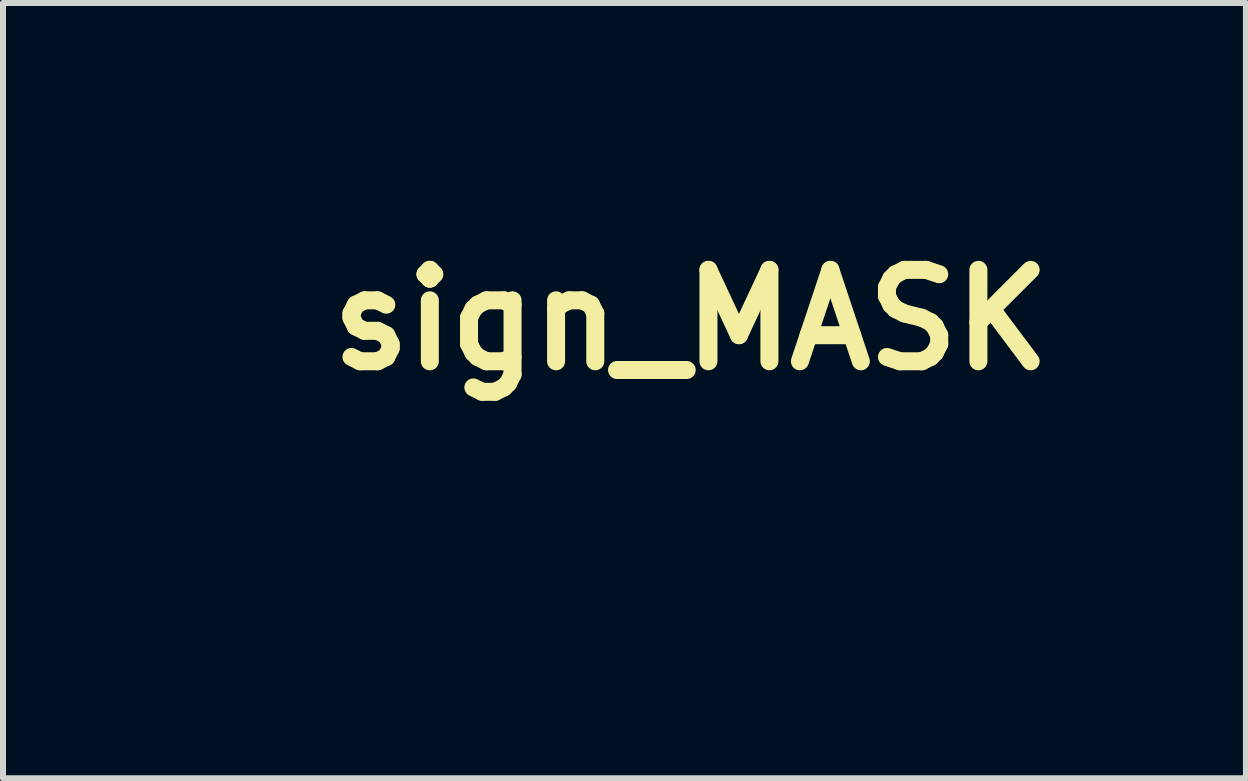
<source format=kicad_pcb>
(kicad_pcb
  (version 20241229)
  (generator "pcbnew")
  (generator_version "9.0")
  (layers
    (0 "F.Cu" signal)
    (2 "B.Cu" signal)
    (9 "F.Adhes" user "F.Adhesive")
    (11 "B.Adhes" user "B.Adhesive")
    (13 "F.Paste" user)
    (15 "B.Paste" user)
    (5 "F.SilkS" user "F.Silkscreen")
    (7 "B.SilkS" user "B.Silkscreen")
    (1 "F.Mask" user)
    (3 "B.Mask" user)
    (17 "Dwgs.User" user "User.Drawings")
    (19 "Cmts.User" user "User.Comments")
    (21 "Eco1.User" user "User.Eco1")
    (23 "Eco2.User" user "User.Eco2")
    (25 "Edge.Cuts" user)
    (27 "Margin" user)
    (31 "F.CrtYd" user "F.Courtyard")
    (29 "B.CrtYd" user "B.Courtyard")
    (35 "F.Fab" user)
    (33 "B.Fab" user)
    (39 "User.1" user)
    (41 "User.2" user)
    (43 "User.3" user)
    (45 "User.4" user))
  (footprint "sign_MASK"
    (layer "F.Cu")
    (at 8.469 2.283)
    (property "Reference" "sign_MASK" (at 0 0 0) (layer "F.SilkS") (effects (font (size 1.524 1.524) (thickness 0.3))))
    (attr through_hole)
    (fp_poly (pts (xy -5.281 0.434) (xy -5.243 0.46) (xy -5.231 0.47) (xy -5.207 0.494) (xy -5.19 0.52) (xy -5.178 0.555) (xy -5.168 0.607) (xy -5.157 0.684) (xy -5.156 0.695) (xy -5.13 0.917) (xy -5.106 1.164) (xy -5.086 1.427) (xy -5.069 1.697) (xy -5.063 1.812) (xy -5.05 2.062) (xy -5.035 2.28) (xy -5.019 2.466) (xy -5.001 2.622) (xy -4.981 2.747) (xy -4.959 2.844) (xy -4.935 2.913) (xy -4.932 2.921) (xy -4.895 2.985) (xy -4.855 3.027) (xy -4.811 3.046) (xy -4.76 3.042) (xy -4.7 3.014) (xy -4.629 2.96) (xy -4.543 2.881) (xy -4.441 2.774) (xy -4.403 2.732) (xy -4.341 2.667) (xy -4.284 2.609) (xy -4.235 2.566) (xy -4.202 2.542) (xy -4.198 2.539) (xy -4.129 2.528) (xy -4.064 2.548) (xy -4.028 2.576) (xy -3.999 2.623) (xy -4 2.681) (xy -4.029 2.751) (xy -4.088 2.833) (xy -4.109 2.858) (xy -4.216 2.977) (xy -4.319 3.083) (xy -4.414 3.174) (xy -4.499 3.245) (xy -4.568 3.294) (xy -4.589 3.306) (xy -4.705 3.347) (xy -4.82 3.353) (xy -4.935 3.327) (xy -4.981 3.306) (xy -5.063 3.246) (xy -5.138 3.16) (xy -5.202 3.053) (xy -5.249 2.932) (xy -5.273 2.835) (xy -5.294 2.706) (xy -5.314 2.545) (xy -5.331 2.354) (xy -5.346 2.134) (xy -5.35 2.066) (xy -5.362 1.848) (xy -5.374 1.659) (xy -5.385 1.493) (xy -5.396 1.344) (xy -5.407 1.207) (xy -5.419 1.077) (xy -5.432 0.949) (xy -5.438 0.89) (xy -5.45 0.778) (xy -5.458 0.693) (xy -5.463 0.632) (xy -5.463 0.588) (xy -5.461 0.557) (xy -5.454 0.533) (xy -5.446 0.513) (xy -5.404 0.46) (xy -5.344 0.428) (xy -5.308 0.423) (xy -5.281 0.434)) (stroke (width 0.01) (type solid)) (fill yes) (layer "F.Mask"))
    (fp_poly (pts (xy 4.206 0.216) (xy 4.243 0.234) (xy 4.285 0.267) (xy 4.317 0.31) (xy 4.339 0.368) (xy 4.355 0.446) (xy 4.364 0.549) (xy 4.368 0.624) (xy 4.377 0.85) (xy 4.492 0.681) (xy 4.591 0.546) (xy 4.69 0.435) (xy 4.786 0.35) (xy 4.877 0.293) (xy 4.914 0.278) (xy 5.031 0.251) (xy 5.137 0.253) (xy 5.227 0.282) (xy 5.301 0.338) (xy 5.349 0.411) (xy 5.373 0.468) (xy 5.392 0.531) (xy 5.405 0.603) (xy 5.413 0.689) (xy 5.416 0.796) (xy 5.416 0.928) (xy 5.413 1.033) (xy 5.411 1.126) (xy 5.407 1.212) (xy 5.402 1.296) (xy 5.395 1.38) (xy 5.386 1.47) (xy 5.374 1.569) (xy 5.359 1.681) (xy 5.34 1.811) (xy 5.317 1.962) (xy 5.289 2.139) (xy 5.259 2.328) (xy 5.23 2.513) (xy 5.208 2.667) (xy 5.192 2.793) (xy 5.182 2.895) (xy 5.179 2.974) (xy 5.181 3.033) (xy 5.19 3.076) (xy 5.204 3.104) (xy 5.219 3.119) (xy 5.265 3.131) (xy 5.339 3.129) (xy 5.44 3.112) (xy 5.501 3.097) (xy 5.599 3.078) (xy 5.671 3.076) (xy 5.722 3.093) (xy 5.755 3.129) (xy 5.758 3.134) (xy 5.775 3.195) (xy 5.768 3.259) (xy 5.739 3.311) (xy 5.734 3.317) (xy 5.679 3.353) (xy 5.599 3.383) (xy 5.502 3.408) (xy 5.399 3.424) (xy 5.297 3.432) (xy 5.204 3.43) (xy 5.131 3.416) (xy 5.125 3.414) (xy 5.034 3.362) (xy 4.959 3.281) (xy 4.917 3.209) (xy 4.899 3.162) (xy 4.886 3.108) (xy 4.878 3.045) (xy 4.876 2.968) (xy 4.88 2.875) (xy 4.891 2.763) (xy 4.907 2.629) (xy 4.93 2.47) (xy 4.96 2.282) (xy 4.979 2.167) (xy 5.019 1.917) (xy 5.052 1.697) (xy 5.078 1.502) (xy 5.097 1.329) (xy 5.109 1.176) (xy 5.116 1.038) (xy 5.117 0.965) (xy 5.117 0.868) (xy 5.115 0.777) (xy 5.112 0.7) (xy 5.108 0.645) (xy 5.106 0.631) (xy 5.096 0.585) (xy 5.081 0.564) (xy 5.054 0.559) (xy 5.047 0.559) (xy 4.993 0.574) (xy 4.93 0.62) (xy 4.857 0.697) (xy 4.774 0.805) (xy 4.681 0.945) (xy 4.577 1.117) (xy 4.486 1.278) (xy 4.402 1.431) (xy 4.332 1.557) (xy 4.275 1.659) (xy 4.23 1.739) (xy 4.193 1.801) (xy 4.165 1.847) (xy 4.143 1.88) (xy 4.125 1.903) (xy 4.11 1.918) (xy 4.095 1.929) (xy 4.089 1.933) (xy 4.025 1.96) (xy 3.969 1.956) (xy 3.915 1.919) (xy 3.91 1.915) (xy 3.881 1.878) (xy 3.865 1.838) (xy 3.864 1.788) (xy 3.877 1.722) (xy 3.904 1.633) (xy 3.92 1.588) (xy 3.974 1.406) (xy 4.016 1.199) (xy 4.046 0.975) (xy 4.059 0.787) (xy 4.068 0.55) (xy 4.019 0.597) (xy 3.988 0.633) (xy 3.949 0.69) (xy 3.909 0.757) (xy 3.896 0.78) (xy 3.835 0.879) (xy 3.776 0.943) (xy 3.719 0.974) (xy 3.662 0.971) (xy 3.607 0.934) (xy 3.594 0.921) (xy 3.567 0.879) (xy 3.559 0.831) (xy 3.57 0.771) (xy 3.602 0.693) (xy 3.623 0.651) (xy 3.708 0.506) (xy 3.801 0.381) (xy 3.898 0.283) (xy 3.908 0.274) (xy 3.957 0.238) (xy 4.001 0.218) (xy 4.056 0.209) (xy 4.087 0.207) (xy 4.157 0.207) (xy 4.206 0.216)) (stroke (width 0.01) (type solid)) (fill yes) (layer "F.Mask"))
    (fp_poly (pts (xy -3.861 -2.265) (xy -3.821 -2.23) (xy -3.797 -2.178) (xy -3.795 -2.114) (xy -3.815 -2.044) (xy -3.838 -2.005) (xy -3.861 -1.971) (xy -3.898 -1.914) (xy -3.947 -1.839) (xy -4.004 -1.752) (xy -4.065 -1.658) (xy -4.08 -1.634) (xy -4.157 -1.516) (xy -4.251 -1.375) (xy -4.359 -1.216) (xy -4.478 -1.042) (xy -4.605 -0.859) (xy -4.736 -0.67) (xy -4.868 -0.48) (xy -5 -0.294) (xy -5.126 -0.115) (xy -5.245 0.051) (xy -5.354 0.2) (xy -5.439 0.317) (xy -5.506 0.408) (xy -5.574 0.502) (xy -5.637 0.59) (xy -5.689 0.665) (xy -5.712 0.698) (xy -5.806 0.838) (xy -5.833 1.135) (xy -5.85 1.302) (xy -5.87 1.471) (xy -5.892 1.636) (xy -5.915 1.791) (xy -5.938 1.93) (xy -5.961 2.045) (xy -5.976 2.11) (xy -6.022 2.272) (xy -6.079 2.446) (xy -6.145 2.625) (xy -6.217 2.803) (xy -6.292 2.975) (xy -6.368 3.134) (xy -6.443 3.274) (xy -6.514 3.391) (xy -6.545 3.437) (xy -6.63 3.534) (xy -6.725 3.616) (xy -6.826 3.677) (xy -6.925 3.715) (xy -7.001 3.725) (xy -7.05 3.717) (xy -7.107 3.697) (xy -7.131 3.686) (xy -7.187 3.647) (xy -7.24 3.595) (xy -7.256 3.574) (xy -7.28 3.539) (xy -7.294 3.507) (xy -7.302 3.47) (xy -7.305 3.419) (xy -7.305 3.373) (xy -7.009 3.373) (xy -7.001 3.407) (xy -6.999 3.409) (xy -6.986 3.418) (xy -6.969 3.416) (xy -6.939 3.399) (xy -6.905 3.376) (xy -6.857 3.335) (xy -6.806 3.281) (xy -6.781 3.25) (xy -6.725 3.164) (xy -6.663 3.051) (xy -6.597 2.917) (xy -6.53 2.768) (xy -6.464 2.61) (xy -6.401 2.449) (xy -6.345 2.291) (xy -6.297 2.141) (xy -6.26 2.006) (xy -6.256 1.988) (xy -6.246 1.939) (xy -6.233 1.868) (xy -6.219 1.783) (xy -6.204 1.691) (xy -6.19 1.6) (xy -6.178 1.517) (xy -6.169 1.449) (xy -6.164 1.405) (xy -6.164 1.395) (xy -6.171 1.378) (xy -6.179 1.379) (xy -6.196 1.4) (xy -6.227 1.448) (xy -6.267 1.518) (xy -6.316 1.606) (xy -6.371 1.709) (xy -6.429 1.821) (xy -6.49 1.94) (xy -6.55 2.06) (xy -6.608 2.178) (xy -6.661 2.289) (xy -6.708 2.391) (xy -6.74 2.464) (xy -6.796 2.602) (xy -6.848 2.741) (xy -6.895 2.877) (xy -6.935 3.006) (xy -6.968 3.124) (xy -6.992 3.227) (xy -7.006 3.311) (xy -7.009 3.373) (xy -7.305 3.373) (xy -7.305 3.344) (xy -7.305 3.339) (xy -7.303 3.265) (xy -7.297 3.2) (xy -7.285 3.134) (xy -7.266 3.057) (xy -7.238 2.96) (xy -7.233 2.941) (xy -7.182 2.78) (xy -7.128 2.625) (xy -7.067 2.469) (xy -6.998 2.306) (xy -6.916 2.127) (xy -6.834 1.955) (xy -6.741 1.768) (xy -6.657 1.605) (xy -6.578 1.459) (xy -6.499 1.322) (xy -6.416 1.188) (xy -6.325 1.049) (xy -6.276 0.977) (xy -6.215 0.888) (xy -6.171 0.82) (xy -6.14 0.77) (xy -6.121 0.731) (xy -6.11 0.698) (xy -6.104 0.666) (xy -6.102 0.628) (xy -6.101 0.613) (xy -6.092 0.383) (xy -6.083 0.184) (xy -6.075 0.014) (xy -6.067 -0.13) (xy -6.06 -0.251) (xy -6.053 -0.351) (xy -6.046 -0.433) (xy -6.039 -0.5) (xy -6.037 -0.515) (xy -6.027 -0.591) (xy -6.021 -0.652) (xy -6.018 -0.693) (xy -6.018 -0.707) (xy -6.031 -0.698) (xy -6.059 -0.669) (xy -6.095 -0.628) (xy -6.163 -0.557) (xy -6.249 -0.483) (xy -6.34 -0.414) (xy -6.426 -0.36) (xy -6.438 -0.354) (xy -6.491 -0.331) (xy -6.559 -0.308) (xy -6.599 -0.296) (xy -6.718 -0.281) (xy -6.842 -0.294) (xy -6.963 -0.334) (xy -7.006 -0.356) (xy -7.086 -0.419) (xy -7.162 -0.511) (xy -7.23 -0.626) (xy -7.287 -0.761) (xy -7.332 -0.91) (xy -7.349 -0.988) (xy -7.361 -1.042) (xy -7.373 -1.079) (xy -7.383 -1.09) (xy -7.384 -1.089) (xy -7.392 -1.069) (xy -7.409 -1.022) (xy -7.431 -0.954) (xy -7.456 -0.87) (xy -7.476 -0.804) (xy -7.574 -0.477) (xy -7.675 -0.162) (xy -7.777 0.138) (xy -7.879 0.419) (xy -7.979 0.677) (xy -8.077 0.908) (xy -8.143 1.052) (xy -8.18 1.125) (xy -8.209 1.174) (xy -8.237 1.205) (xy -8.268 1.225) (xy -8.27 1.226) (xy -8.321 1.243) (xy -8.363 1.24) (xy -8.375 1.236) (xy -8.43 1.202) (xy -8.46 1.153) (xy -8.464 1.086) (xy -8.444 0.998) (xy -8.406 0.903) (xy -8.289 0.636) (xy -8.171 0.34) (xy -8.053 0.013) (xy -7.932 -0.346) (xy -7.809 -0.738) (xy -7.747 -0.948) (xy -7.7 -1.105) (xy -7.653 -1.26) (xy -7.605 -1.409) (xy -7.559 -1.55) (xy -7.516 -1.678) (xy -7.477 -1.79) (xy -7.443 -1.882) (xy -7.416 -1.95) (xy -7.396 -1.991) (xy -7.391 -1.999) (xy -7.338 -2.034) (xy -7.276 -2.043) (xy -7.214 -2.026) (xy -7.162 -1.985) (xy -7.151 -1.971) (xy -7.14 -1.947) (xy -7.13 -1.912) (xy -7.123 -1.863) (xy -7.117 -1.792) (xy -7.112 -1.695) (xy -7.109 -1.635) (xy -7.094 -1.394) (xy -7.072 -1.186) (xy -7.042 -1.009) (xy -7.004 -0.864) (xy -6.957 -0.749) (xy -6.901 -0.665) (xy -6.837 -0.611) (xy -6.763 -0.586) (xy -6.679 -0.589) (xy -6.585 -0.621) (xy -6.548 -0.64) (xy -6.469 -0.693) (xy -6.381 -0.773) (xy -6.287 -0.872) (xy -6.191 -0.986) (xy -6.098 -1.109) (xy -6.012 -1.236) (xy -5.937 -1.362) (xy -5.877 -1.481) (xy -5.858 -1.526) (xy -5.823 -1.613) (xy -5.794 -1.673) (xy -5.769 -1.713) (xy -5.744 -1.739) (xy -5.722 -1.753) (xy -5.653 -1.776) (xy -5.592 -1.766) (xy -5.548 -1.736) (xy -5.515 -1.688) (xy -5.504 -1.625) (xy -5.515 -1.543) (xy -5.544 -1.454) (xy -5.568 -1.379) (xy -5.594 -1.276) (xy -5.622 -1.151) (xy -5.65 -1.01) (xy -5.677 -0.86) (xy -5.702 -0.706) (xy -5.724 -0.554) (xy -5.742 -0.41) (xy -5.756 -0.28) (xy -5.756 -0.279) (xy -5.767 -0.134) (xy -5.776 -0.007) (xy -5.781 0.098) (xy -5.784 0.178) (xy -5.783 0.231) (xy -5.779 0.253) (xy -5.778 0.253) (xy -5.763 0.24) (xy -5.73 0.2) (xy -5.682 0.138) (xy -5.62 0.054) (xy -5.546 -0.047) (xy -5.461 -0.165) (xy -5.367 -0.296) (xy -5.267 -0.438) (xy -5.161 -0.589) (xy -5.051 -0.746) (xy -4.939 -0.906) (xy -4.828 -1.069) (xy -4.717 -1.229) (xy -4.61 -1.387) (xy -4.508 -1.539) (xy -4.412 -1.682) (xy -4.406 -1.691) (xy -4.312 -1.833) (xy -4.234 -1.949) (xy -4.17 -2.042) (xy -4.12 -2.115) (xy -4.079 -2.169) (xy -4.047 -2.209) (xy -4.022 -2.236) (xy -4.002 -2.253) (xy -3.984 -2.263) (xy -3.984 -2.263) (xy -3.917 -2.278) (xy -3.861 -2.265)) (stroke (width 0.01) (type solid)) (fill yes) (layer "F.Mask"))
    (fp_poly (pts (xy -0.423 -1.293) (xy -0.374 -1.26) (xy -0.348 -1.234) (xy -0.331 -1.204) (xy -0.324 -1.166) (xy -0.328 -1.115) (xy -0.342 -1.046) (xy -0.366 -0.956) (xy -0.402 -0.838) (xy -0.407 -0.822) (xy -0.443 -0.704) (xy -0.483 -0.568) (xy -0.521 -0.432) (xy -0.553 -0.31) (xy -0.559 -0.287) (xy -0.613 -0.084) (xy -0.674 0.124) (xy -0.74 0.33) (xy -0.808 0.529) (xy -0.877 0.713) (xy -0.944 0.878) (xy -1.007 1.016) (xy -1.014 1.028) (xy -1.056 1.119) (xy -1.092 1.214) (xy -1.123 1.319) (xy -1.153 1.443) (xy -1.183 1.593) (xy -1.185 1.606) (xy -1.203 1.698) (xy -1.214 1.768) (xy -1.217 1.815) (xy -1.209 1.841) (xy -1.186 1.846) (xy -1.146 1.83) (xy -1.085 1.795) (xy -1.002 1.741) (xy -0.893 1.668) (xy -0.892 1.668) (xy -0.785 1.597) (xy -0.701 1.544) (xy -0.638 1.505) (xy -0.59 1.479) (xy -0.554 1.464) (xy -0.525 1.457) (xy -0.51 1.456) (xy -0.448 1.471) (xy -0.401 1.508) (xy -0.375 1.561) (xy -0.372 1.621) (xy -0.397 1.68) (xy -0.403 1.687) (xy -0.427 1.709) (xy -0.476 1.746) (xy -0.543 1.794) (xy -0.624 1.85) (xy -0.713 1.91) (xy -0.806 1.971) (xy -0.898 2.031) (xy -0.983 2.084) (xy -1.057 2.129) (xy -1.113 2.162) (xy -1.142 2.177) (xy -1.245 2.214) (xy -1.33 2.226) (xy -1.388 2.216) (xy -1.447 2.185) (xy -1.488 2.143) (xy -1.512 2.083) (xy -1.524 2.001) (xy -1.526 1.915) (xy -1.524 1.773) (xy -1.723 1.966) (xy -1.816 2.055) (xy -1.892 2.121) (xy -1.954 2.167) (xy -2.007 2.197) (xy -2.056 2.213) (xy -2.105 2.218) (xy -2.109 2.218) (xy -2.189 2.202) (xy -2.26 2.156) (xy -2.321 2.084) (xy -2.369 1.989) (xy -2.403 1.874) (xy -2.42 1.743) (xy -2.421 1.684) (xy -2.423 1.623) (xy -2.426 1.592) (xy -2.122 1.592) (xy -2.121 1.679) (xy -2.116 1.758) (xy -2.107 1.822) (xy -2.094 1.865) (xy -2.08 1.88) (xy -2.061 1.868) (xy -2.024 1.839) (xy -1.975 1.795) (xy -1.935 1.757) (xy -1.781 1.599) (xy -1.645 1.442) (xy -1.529 1.289) (xy -1.437 1.142) (xy -1.371 1.006) (xy -1.345 0.933) (xy -1.321 0.854) (xy -1.292 0.756) (xy -1.261 0.656) (xy -1.243 0.595) (xy -1.22 0.52) (xy -1.203 0.456) (xy -1.194 0.412) (xy -1.193 0.393) (xy -1.21 0.398) (xy -1.249 0.42) (xy -1.304 0.453) (xy -1.371 0.497) (xy -1.376 0.5) (xy -1.47 0.569) (xy -1.57 0.652) (xy -1.673 0.744) (xy -1.771 0.84) (xy -1.858 0.933) (xy -1.93 1.018) (xy -1.98 1.09) (xy -1.98 1.09) (xy -2.038 1.21) (xy -2.083 1.348) (xy -2.113 1.489) (xy -2.122 1.592) (xy -2.426 1.592) (xy -2.427 1.576) (xy -2.433 1.553) (xy -2.433 1.552) (xy -2.449 1.559) (xy -2.483 1.586) (xy -2.532 1.629) (xy -2.591 1.684) (xy -2.607 1.699) (xy -2.758 1.838) (xy -2.896 1.946) (xy -3.02 2.023) (xy -3.13 2.07) (xy -3.226 2.085) (xy -3.308 2.07) (xy -3.377 2.024) (xy -3.409 1.984) (xy -3.445 1.912) (xy -3.471 1.821) (xy -3.484 1.726) (xy -3.482 1.646) (xy -3.479 1.603) (xy -3.482 1.579) (xy -3.486 1.578) (xy -3.502 1.592) (xy -3.534 1.628) (xy -3.578 1.678) (xy -3.627 1.736) (xy -3.712 1.834) (xy -3.802 1.927) (xy -3.89 2.012) (xy -3.971 2.082) (xy -4.041 2.132) (xy -4.073 2.151) (xy -4.168 2.181) (xy -4.257 2.179) (xy -4.337 2.146) (xy -4.406 2.083) (xy -4.462 1.993) (xy -4.481 1.944) (xy -4.496 1.888) (xy -4.505 1.823) (xy -4.509 1.74) (xy -4.509 1.655) (xy -4.51 1.578) (xy -4.512 1.514) (xy -4.517 1.472) (xy -4.523 1.456) (xy -4.556 1.441) (xy -4.585 1.402) (xy -4.603 1.35) (xy -4.606 1.32) (xy -4.604 1.285) (xy -4.593 1.255) (xy -4.571 1.223) (xy -4.53 1.18) (xy -4.497 1.149) (xy -4.44 1.092) (xy -4.401 1.043) (xy -4.372 0.991) (xy -4.345 0.922) (xy -4.343 0.917) (xy -4.256 0.707) (xy -4.175 0.554) (xy -3.822 0.554) (xy -3.807 0.55) (xy -3.779 0.53) (xy -3.743 0.499) (xy -3.706 0.462) (xy -3.666 0.414) (xy -3.624 0.36) (xy -3.585 0.306) (xy -3.555 0.261) (xy -3.54 0.231) (xy -3.539 0.226) (xy -3.549 0.226) (xy -3.575 0.248) (xy -3.613 0.286) (xy -3.658 0.335) (xy -3.705 0.39) (xy -3.751 0.446) (xy -3.79 0.498) (xy -3.818 0.539) (xy -3.822 0.554) (xy -4.175 0.554) (xy -4.147 0.502) (xy -4.02 0.308) (xy -3.878 0.131) (xy -3.727 -0.024) (xy -3.57 -0.152) (xy -3.553 -0.164) (xy -3.452 -0.221) (xy -3.361 -0.249) (xy -3.281 -0.248) (xy -3.216 -0.221) (xy -3.168 -0.167) (xy -3.139 -0.088) (xy -3.133 -0.011) (xy -3.137 0.056) (xy -3.15 0.121) (xy -3.175 0.191) (xy -3.215 0.273) (xy -3.273 0.375) (xy -3.28 0.387) (xy -3.327 0.462) (xy -3.379 0.533) (xy -3.439 0.606) (xy -3.511 0.682) (xy -3.598 0.767) (xy -3.704 0.865) (xy -3.832 0.977) (xy -3.875 1.014) (xy -3.979 1.106) (xy -4.059 1.181) (xy -4.113 1.238) (xy -4.14 1.276) (xy -4.142 1.279) (xy -4.164 1.347) (xy -4.182 1.43) (xy -4.197 1.521) (xy -4.206 1.614) (xy -4.21 1.7) (xy -4.207 1.774) (xy -4.198 1.826) (xy -4.187 1.848) (xy -4.166 1.847) (xy -4.127 1.822) (xy -4.075 1.776) (xy -4.011 1.713) (xy -3.94 1.636) (xy -3.864 1.549) (xy -3.787 1.453) (xy -3.711 1.354) (xy -3.639 1.254) (xy -3.613 1.216) (xy -3.565 1.14) (xy -3.507 1.039) (xy -3.441 0.919) (xy -3.37 0.787) (xy -3.298 0.647) (xy -3.227 0.506) (xy -3.161 0.371) (xy -3.103 0.246) (xy -3.093 0.223) (xy -3.062 0.16) (xy -3.034 0.121) (xy -3.001 0.098) (xy -2.987 0.091) (xy -2.916 0.076) (xy -2.854 0.093) (xy -2.811 0.131) (xy -2.789 0.168) (xy -2.78 0.212) (xy -2.785 0.267) (xy -2.805 0.339) (xy -2.841 0.432) (xy -2.863 0.485) (xy -2.969 0.753) (xy -3.054 1.012) (xy -3.116 1.255) (xy -3.123 1.29) (xy -3.145 1.412) (xy -3.163 1.521) (xy -3.174 1.614) (xy -3.18 1.686) (xy -3.179 1.732) (xy -3.173 1.749) (xy -3.146 1.746) (xy -3.099 1.719) (xy -3.032 1.67) (xy -2.949 1.6) (xy -2.85 1.51) (xy -2.737 1.401) (xy -2.695 1.359) (xy -2.592 1.258) (xy -2.509 1.18) (xy -2.446 1.124) (xy -2.401 1.089) (xy -2.371 1.073) (xy -2.367 1.072) (xy -2.321 1.049) (xy -2.277 0.997) (xy -2.274 0.992) (xy -2.224 0.913) (xy -2.177 0.846) (xy -2.128 0.783) (xy -2.068 0.714) (xy -1.991 0.632) (xy -1.772 0.423) (xy -1.529 0.237) (xy -1.431 0.173) (xy -1.348 0.122) (xy -1.285 0.09) (xy -1.237 0.075) (xy -1.196 0.075) (xy -1.157 0.088) (xy -1.149 0.092) (xy -1.11 0.106) (xy -1.085 0.108) (xy -1.082 0.106) (xy -1.072 0.085) (xy -1.052 0.036) (xy -1.024 -0.035) (xy -0.99 -0.125) (xy -0.952 -0.228) (xy -0.912 -0.34) (xy -0.87 -0.456) (xy -0.829 -0.572) (xy -0.791 -0.683) (xy -0.756 -0.783) (xy -0.728 -0.87) (xy -0.706 -0.938) (xy -0.703 -0.948) (xy -0.668 -1.062) (xy -0.637 -1.147) (xy -0.608 -1.208) (xy -0.579 -1.25) (xy -0.548 -1.276) (xy -0.533 -1.284) (xy -0.474 -1.302) (xy -0.423 -1.293)) (stroke (width 0.01) (type solid)) (fill yes) (layer "F.Mask"))
    (fp_poly (pts (xy 3.019 0.058) (xy 3.049 0.083) (xy 3.088 0.145) (xy 3.1 0.217) (xy 3.084 0.289) (xy 3.065 0.322) (xy 3.031 0.37) (xy 3.067 0.431) (xy 3.086 0.471) (xy 3.094 0.512) (xy 3.09 0.561) (xy 3.073 0.622) (xy 3.042 0.699) (xy 2.996 0.798) (xy 2.965 0.861) (xy 2.922 0.948) (xy 2.884 1.031) (xy 2.853 1.102) (xy 2.833 1.153) (xy 2.828 1.166) (xy 2.813 1.234) (xy 2.799 1.318) (xy 2.786 1.411) (xy 2.777 1.504) (xy 2.77 1.587) (xy 2.769 1.651) (xy 2.771 1.679) (xy 2.78 1.72) (xy 2.795 1.746) (xy 2.818 1.757) (xy 2.854 1.752) (xy 2.906 1.73) (xy 2.978 1.69) (xy 3.074 1.633) (xy 3.101 1.616) (xy 3.202 1.557) (xy 3.281 1.521) (xy 3.342 1.507) (xy 3.389 1.514) (xy 3.425 1.542) (xy 3.447 1.576) (xy 3.469 1.637) (xy 3.462 1.69) (xy 3.434 1.736) (xy 3.401 1.769) (xy 3.344 1.813) (xy 3.271 1.863) (xy 3.19 1.916) (xy 3.107 1.965) (xy 3.031 2.007) (xy 2.951 2.038) (xy 2.861 2.058) (xy 2.774 2.066) (xy 2.704 2.06) (xy 2.632 2.025) (xy 2.569 1.964) (xy 2.519 1.882) (xy 2.487 1.786) (xy 2.478 1.729) (xy 2.471 1.66) (xy 2.462 1.62) (xy 2.445 1.61) (xy 2.416 1.627) (xy 2.368 1.669) (xy 2.349 1.688) (xy 2.223 1.8) (xy 2.09 1.901) (xy 1.938 2) (xy 1.915 2.014) (xy 1.85 2.055) (xy 1.794 2.095) (xy 1.754 2.128) (xy 1.744 2.139) (xy 1.717 2.163) (xy 1.669 2.2) (xy 1.604 2.245) (xy 1.531 2.293) (xy 1.52 2.3) (xy 1.454 2.341) (xy 1.388 2.379) (xy 1.32 2.417) (xy 1.243 2.457) (xy 1.154 2.501) (xy 1.048 2.552) (xy 0.919 2.612) (xy 0.783 2.674) (xy 0.647 2.738) (xy 0.543 2.792) (xy 0.471 2.835) (xy 0.429 2.868) (xy 0.421 2.879) (xy 0.411 2.9) (xy 0.39 2.949) (xy 0.359 3.021) (xy 0.32 3.111) (xy 0.275 3.216) (xy 0.227 3.332) (xy 0.214 3.361) (xy 0.134 3.551) (xy 0.063 3.712) (xy 0.002 3.849) (xy -0.054 3.965) (xy -0.105 4.064) (xy -0.154 4.148) (xy -0.202 4.222) (xy -0.251 4.289) (xy -0.304 4.353) (xy -0.362 4.416) (xy -0.371 4.426) (xy -0.479 4.525) (xy -0.586 4.593) (xy -0.689 4.63) (xy -0.787 4.635) (xy -0.878 4.608) (xy -0.885 4.605) (xy -0.955 4.55) (xy -1.014 4.469) (xy -1.057 4.371) (xy -1.08 4.261) (xy -1.084 4.199) (xy -1.08 4.164) (xy -0.776 4.164) (xy -0.775 4.235) (xy -0.765 4.292) (xy -0.746 4.327) (xy -0.729 4.335) (xy -0.71 4.324) (xy -0.674 4.296) (xy -0.627 4.256) (xy -0.619 4.248) (xy -0.546 4.173) (xy -0.475 4.084) (xy -0.405 3.976) (xy -0.332 3.846) (xy -0.256 3.69) (xy -0.183 3.528) (xy -0.14 3.426) (xy -0.102 3.335) (xy -0.072 3.258) (xy -0.05 3.2) (xy -0.04 3.167) (xy -0.039 3.16) (xy -0.053 3.164) (xy -0.085 3.188) (xy -0.133 3.229) (xy -0.191 3.284) (xy -0.256 3.347) (xy -0.323 3.416) (xy -0.389 3.486) (xy -0.45 3.554) (xy -0.502 3.615) (xy -0.502 3.615) (xy -0.583 3.726) (xy -0.655 3.841) (xy -0.713 3.955) (xy -0.754 4.061) (xy -0.774 4.151) (xy -0.776 4.164) (xy -1.08 4.164) (xy -1.069 4.066) (xy -1.026 3.921) (xy -0.958 3.768) (xy -0.867 3.61) (xy -0.755 3.45) (xy -0.626 3.291) (xy -0.48 3.138) (xy -0.321 2.992) (xy -0.152 2.858) (xy -0.034 2.776) (xy 0.037 2.73) (xy 0.099 2.688) (xy 0.147 2.656) (xy 0.172 2.638) (xy 0.173 2.638) (xy 0.188 2.616) (xy 0.216 2.563) (xy 0.255 2.481) (xy 0.306 2.371) (xy 0.368 2.234) (xy 0.439 2.071) (xy 0.521 1.883) (xy 0.612 1.671) (xy 0.688 1.492) (xy 0.727 1.399) (xy 0.761 1.316) (xy 0.788 1.249) (xy 0.806 1.203) (xy 0.813 1.182) (xy 0.813 1.182) (xy 0.799 1.183) (xy 0.764 1.198) (xy 0.712 1.225) (xy 0.69 1.237) (xy 0.508 1.334) (xy 0.341 1.41) (xy 0.19 1.465) (xy 0.058 1.498) (xy -0.055 1.509) (xy -0.146 1.497) (xy -0.19 1.479) (xy -0.233 1.443) (xy -0.274 1.391) (xy -0.285 1.371) (xy -0.304 1.332) (xy -0.314 1.294) (xy -0.319 1.25) (xy -0.318 1.187) (xy -0.316 1.135) (xy -0.309 1.049) (xy -0.298 0.963) (xy -0.285 0.891) (xy -0.28 0.873) (xy -0.256 0.792) (xy -0.224 0.701) (xy -0.188 0.606) (xy -0.149 0.514) (xy -0.112 0.43) (xy -0.079 0.362) (xy -0.052 0.317) (xy -0.042 0.304) (xy 0.013 0.273) (xy 0.075 0.265) (xy 0.133 0.282) (xy 0.151 0.295) (xy 0.179 0.327) (xy 0.194 0.364) (xy 0.195 0.411) (xy 0.182 0.474) (xy 0.155 0.558) (xy 0.119 0.65) (xy 0.084 0.741) (xy 0.052 0.83) (xy 0.026 0.909) (xy 0.009 0.967) (xy 0.008 0.971) (xy -0.007 1.047) (xy -0.015 1.115) (xy -0.016 1.167) (xy -0.009 1.197) (xy -0.002 1.202) (xy 0.041 1.195) (xy 0.106 1.175) (xy 0.186 1.145) (xy 0.274 1.109) (xy 0.363 1.068) (xy 0.423 1.038) (xy 0.564 0.961) (xy 0.681 0.891) (xy 0.78 0.823) (xy 0.87 0.752) (xy 0.957 0.674) (xy 0.974 0.657) (xy 1.041 0.592) (xy 1.09 0.546) (xy 1.125 0.517) (xy 1.152 0.501) (xy 1.176 0.493) (xy 1.202 0.491) (xy 1.213 0.491) (xy 1.272 0.506) (xy 1.321 0.547) (xy 1.35 0.604) (xy 1.355 0.64) (xy 1.348 0.669) (xy 1.328 0.727) (xy 1.297 0.811) (xy 1.255 0.918) (xy 1.203 1.047) (xy 1.142 1.195) (xy 1.073 1.359) (xy 0.998 1.536) (xy 0.917 1.726) (xy 0.831 1.924) (xy 0.741 2.129) (xy 0.725 2.165) (xy 0.69 2.246) (xy 0.662 2.314) (xy 0.641 2.366) (xy 0.632 2.394) (xy 0.631 2.398) (xy 0.651 2.396) (xy 0.695 2.38) (xy 0.758 2.354) (xy 0.836 2.319) (xy 0.924 2.278) (xy 1.015 2.234) (xy 1.105 2.189) (xy 1.189 2.145) (xy 1.261 2.105) (xy 1.316 2.073) (xy 1.404 2.016) (xy 1.368 1.935) (xy 1.336 1.824) (xy 1.332 1.722) (xy 1.629 1.722) (xy 1.631 1.768) (xy 1.65 1.79) (xy 1.687 1.789) (xy 1.745 1.764) (xy 1.825 1.717) (xy 1.866 1.69) (xy 1.979 1.606) (xy 2.101 1.502) (xy 2.223 1.385) (xy 2.337 1.263) (xy 2.435 1.146) (xy 2.446 1.131) (xy 2.482 1.077) (xy 2.522 1.011) (xy 2.563 0.937) (xy 2.602 0.861) (xy 2.635 0.791) (xy 2.661 0.73) (xy 2.676 0.687) (xy 2.677 0.665) (xy 2.676 0.664) (xy 2.664 0.667) (xy 2.638 0.68) (xy 2.596 0.705) (xy 2.535 0.743) (xy 2.452 0.795) (xy 2.347 0.863) (xy 2.216 0.949) (xy 2.187 0.968) (xy 2.098 1.028) (xy 2.03 1.079) (xy 1.976 1.127) (xy 1.927 1.179) (xy 1.888 1.227) (xy 1.787 1.363) (xy 1.712 1.481) (xy 1.663 1.582) (xy 1.641 1.651) (xy 1.629 1.722) (xy 1.332 1.722) (xy 1.332 1.7) (xy 1.353 1.566) (xy 1.399 1.429) (xy 1.467 1.297) (xy 1.499 1.244) (xy 1.515 1.211) (xy 1.517 1.186) (xy 1.508 1.163) (xy 1.501 1.151) (xy 1.481 1.106) (xy 1.473 1.069) (xy 1.489 1.021) (xy 1.535 0.972) (xy 1.608 0.923) (xy 1.697 0.88) (xy 1.746 0.859) (xy 1.79 0.836) (xy 1.834 0.808) (xy 1.883 0.769) (xy 1.943 0.717) (xy 2.019 0.648) (xy 2.067 0.604) (xy 2.207 0.476) (xy 2.331 0.369) (xy 2.443 0.28) (xy 2.549 0.204) (xy 2.654 0.138) (xy 2.7 0.111) (xy 2.803 0.06) (xy 2.889 0.034) (xy 2.96 0.033) (xy 3.019 0.058)) (stroke (width 0.01) (type solid)) (fill yes) (layer "F.Mask")))
  (gr_rect
    (start -3 -3)
    (end 17.718 9.923)
    (stroke (width 0.1) (type default))
    (fill no)
    (layer "Edge.Cuts")))
</source>
